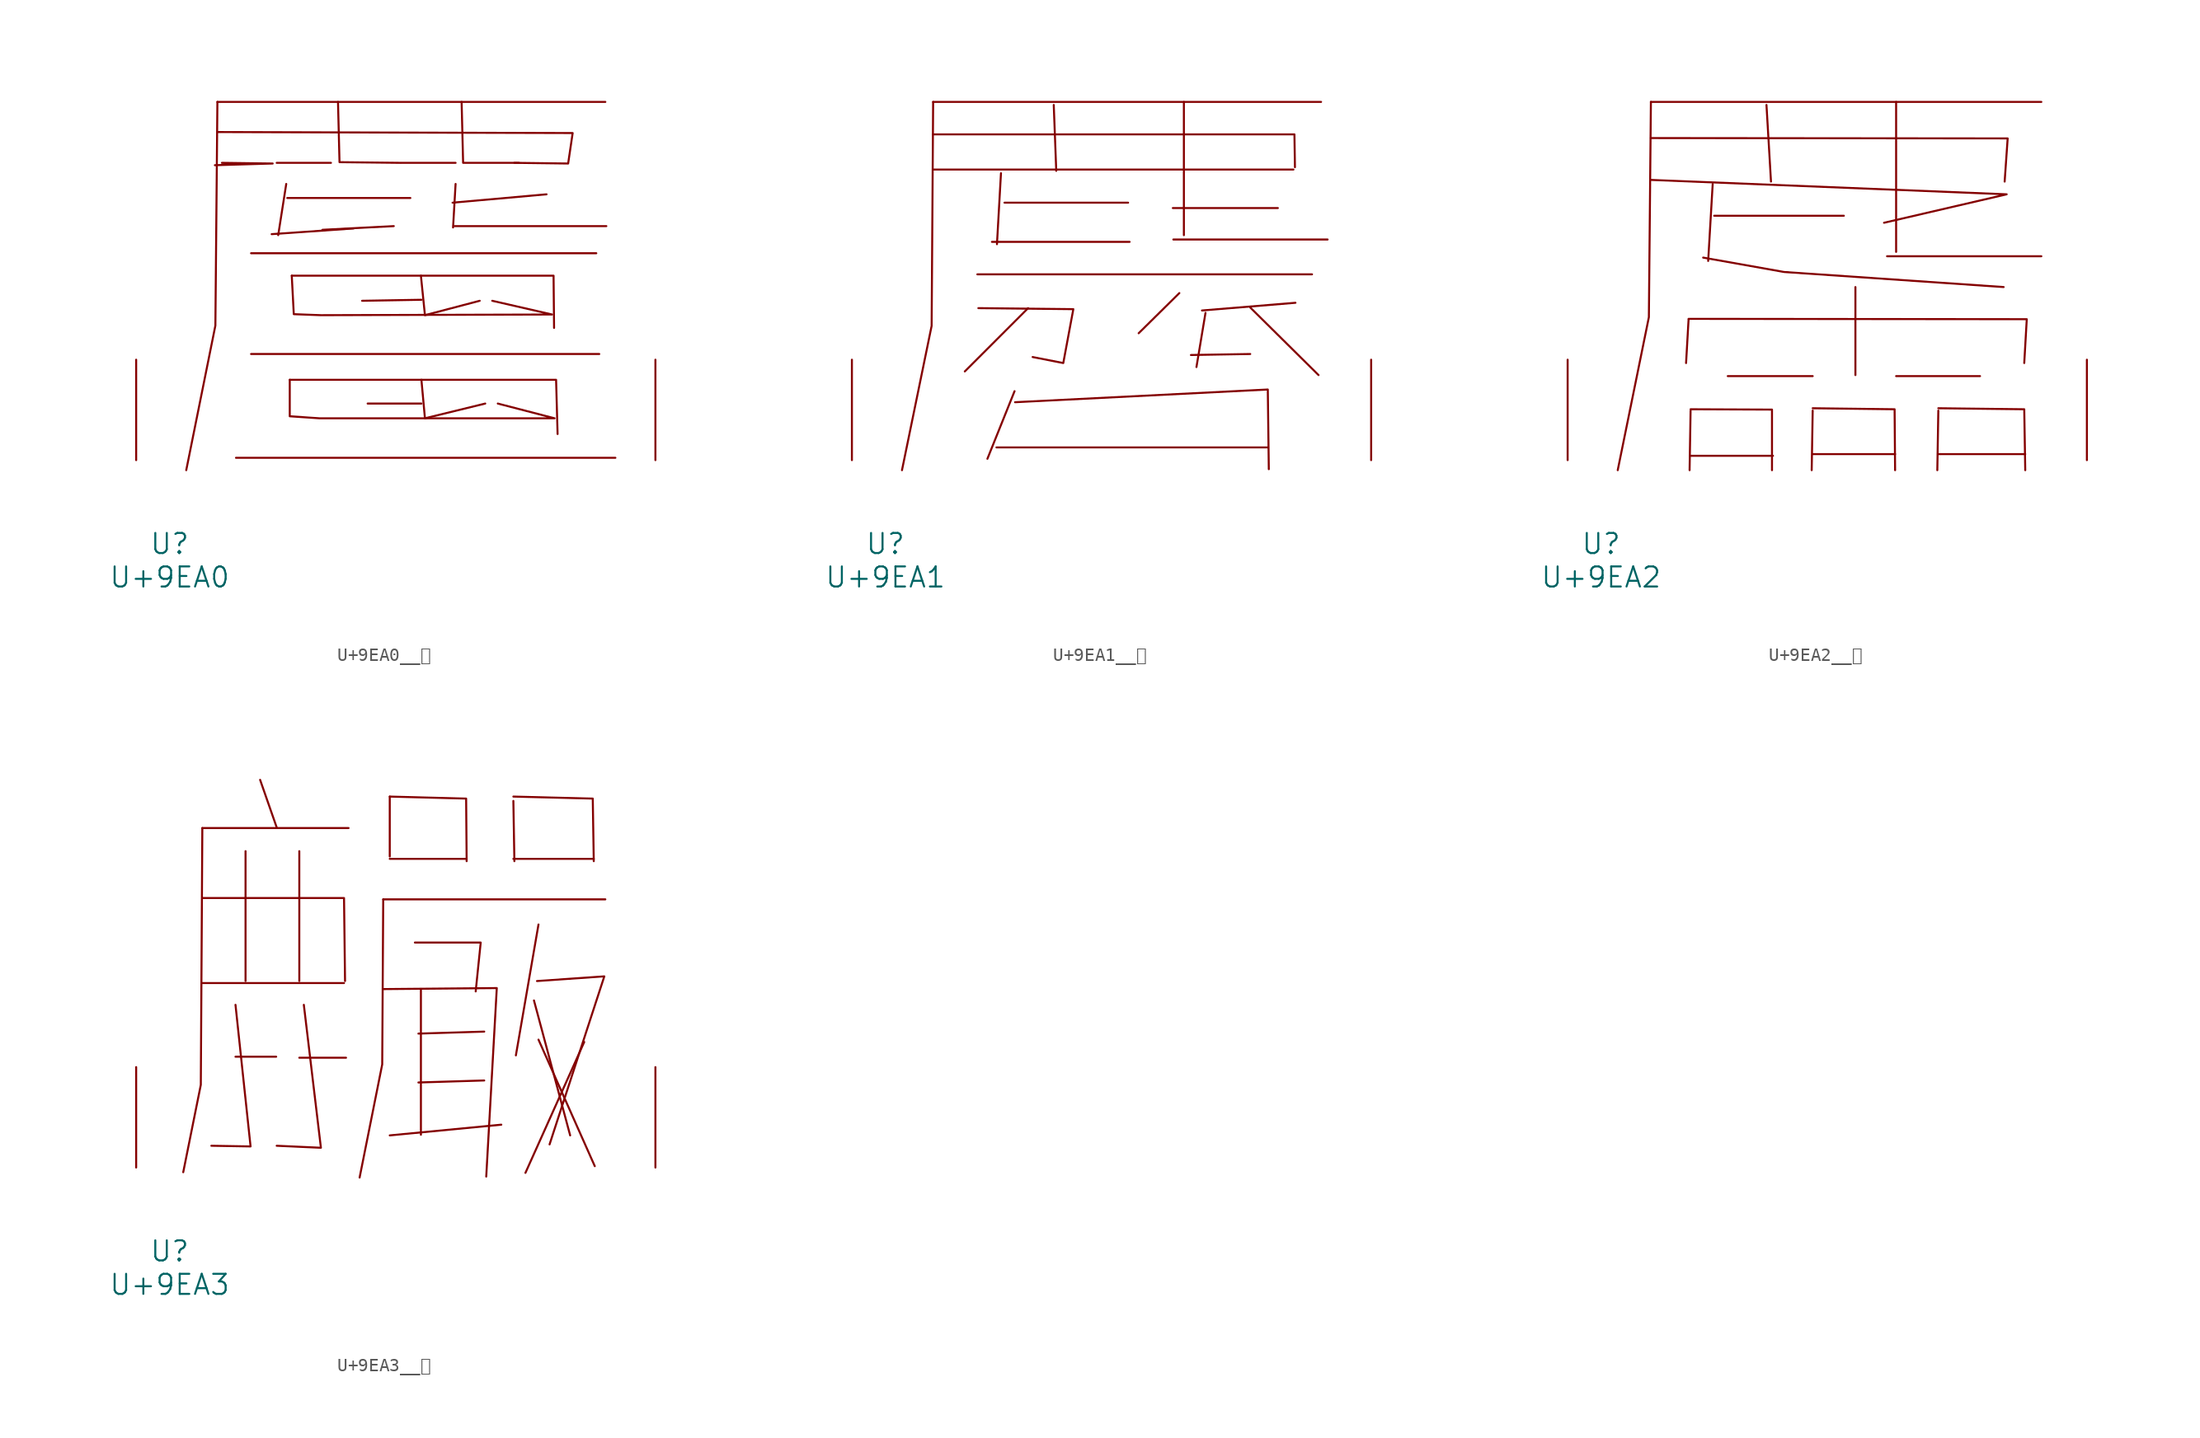
<source format=kicad_sym>
(kicad_symbol_lib
  (version 20231120)
  (generator "kicad_symbol_editor")
  (generator_version "8.0")
  (symbol "U+9EA0__麠"
    (pin_names
      (offset 1.016))
    (property "Reference" "U"
      (at 0 -6.35 0)
      (effects (font (size 1.524 1.524))))
    (property "Value" "U+9EA0"
      (at 0 -8.89 0)
      (effects (font (size 1.524 1.524))))
    (symbol "U+9EA0__麠_0_1"
      (polyline (pts (xy 3.619 27.178) (xy 33.033 27.178)) (stroke (width 0) (type solid)) (fill (type none)))
      (polyline (pts (xy 5.029 0.178) (xy 33.795 0.178)) (stroke (width 0) (type solid)) (fill (type none)))
      (polyline (pts (xy 6.172 8.052) (xy 32.575 8.052)) (stroke (width 0) (type solid)) (fill (type none)))
      (polyline (pts (xy 6.172 15.697) (xy 32.347 15.697)) (stroke (width 0) (type solid)) (fill (type none)))
      (polyline (pts (xy 8.839 20.955) (xy 8.23 17.069)) (stroke (width 0) (type solid)) (fill (type none)))
      (polyline (pts (xy 8.915 19.888) (xy 18.25 19.888)) (stroke (width 0) (type solid)) (fill (type none)))
      (polyline (pts (xy 12.23 22.555) (xy 8.115 22.555)) (stroke (width 0) (type solid)) (fill (type none)))
      (polyline (pts (xy 13.945 17.577) (xy 7.734 17.145)) (stroke (width 0) (type solid)) (fill (type none)))
      (polyline (pts (xy 16.993 17.755) (xy 11.582 17.475)) (stroke (width 0) (type solid)) (fill (type none)))
      (polyline (pts (xy 19.088 4.293) (xy 15.011 4.293)) (stroke (width 0) (type solid)) (fill (type none)))
      (polyline (pts (xy 19.088 12.167) (xy 14.592 12.09)) (stroke (width 0) (type solid)) (fill (type none)))
      (polyline (pts (xy 21.603 17.755) (xy 33.109 17.755)) (stroke (width 0) (type solid)) (fill (type none)))
      (polyline (pts (xy 21.679 20.955) (xy 21.488 17.653)) (stroke (width 0) (type solid)) (fill (type none)))
      (polyline (pts (xy 21.679 22.555) (xy 17.564 22.555)) (stroke (width 0) (type solid)) (fill (type none)))
      (polyline (pts (xy 28.575 20.168) (xy 21.45 19.533)) (stroke (width 0) (type solid)) (fill (type none)))
      (polyline (pts (xy 3.619 27.178) (xy 3.467 10.211) (xy 1.257 -0.762)) (stroke (width 0) (type solid)) (fill (type none)))
      (polyline (pts (xy 3.962 22.555) (xy 7.811 22.504) (xy 3.429 22.377)) (stroke (width 0) (type solid)) (fill (type none)))
      (polyline (pts (xy 9.106 6.096) (xy 29.299 6.096) (xy 29.413 1.981)) (stroke (width 0) (type solid)) (fill (type none)))
      (polyline (pts (xy 9.258 13.995) (xy 29.108 13.995) (xy 29.146 10.033)) (stroke (width 0) (type solid)) (fill (type none)))
      (polyline (pts (xy 12.764 27.178) (xy 12.878 22.606) (xy 17.488 22.555)) (stroke (width 0) (type solid)) (fill (type none)))
      (polyline (pts (xy 19.05 13.995) (xy 19.355 10.998) (xy 23.508 12.09)) (stroke (width 0) (type solid)) (fill (type none)))
      (polyline (pts (xy 19.088 6.096) (xy 19.355 3.175) (xy 23.927 4.293)) (stroke (width 0) (type solid)) (fill (type none)))
      (polyline (pts (xy 22.136 27.178) (xy 22.25 22.555) (xy 26.48 22.555)) (stroke (width 0) (type solid)) (fill (type none)))
      (polyline (pts (xy 3.619 24.892) (xy 30.556 24.816) (xy 30.213 22.504) (xy 26.137 22.555)) (stroke (width 0) (type solid)) (fill (type none)))
      (polyline (pts (xy 9.106 6.096) (xy 9.106 3.327) (xy 11.354 3.175) (xy 29.185 3.175) (xy 24.879 4.293)) (stroke (width 0) (type solid)) (fill (type none)))
      (polyline (pts (xy 9.258 13.995) (xy 9.411 11.074) (xy 11.468 10.998) (xy 28.994 11.049) (xy 24.46 12.09)) (stroke (width 0) (type solid)) (fill (type none)))
      (pin input line (at -2.54 0 90) (length 7.62) (name "~" (effects (font (size 1.27 1.27)))) (number "~" (effects (font (size 1.27 1.27)))))
      (pin input line (at 36.83 0 90) (length 7.62) (name "~" (effects (font (size 1.27 1.27)))) (number "~" (effects (font (size 1.27 1.27)))))))
  (symbol "U+9EA1__麡"
    (pin_names
      (offset 1.016))
    (property "Reference" "U"
      (at 0 -6.35 0)
      (effects (font (size 1.524 1.524))))
    (property "Value" "U+9EA1"
      (at 0 -8.89 0)
      (effects (font (size 1.524 1.524))))
    (symbol "U+9EA1__麡_0_1"
      (polyline (pts (xy 3.619 22.047) (xy 30.937 22.047)) (stroke (width 0) (type solid)) (fill (type none)))
      (polyline (pts (xy 3.619 27.178) (xy 33.033 27.178)) (stroke (width 0) (type solid)) (fill (type none)))
      (polyline (pts (xy 6.972 14.097) (xy 32.347 14.097)) (stroke (width 0) (type solid)) (fill (type none)))
      (polyline (pts (xy 8.077 16.561) (xy 18.517 16.561)) (stroke (width 0) (type solid)) (fill (type none)))
      (polyline (pts (xy 8.42 0.965) (xy 28.994 0.965)) (stroke (width 0) (type solid)) (fill (type none)))
      (polyline (pts (xy 8.763 21.768) (xy 8.458 16.383)) (stroke (width 0) (type solid)) (fill (type none)))
      (polyline (pts (xy 9.03 19.533) (xy 18.402 19.533)) (stroke (width 0) (type solid)) (fill (type none)))
      (polyline (pts (xy 9.792 5.232) (xy 7.734 0.102)) (stroke (width 0) (type solid)) (fill (type none)))
      (polyline (pts (xy 10.82 11.532) (xy 6.02 6.731)) (stroke (width 0) (type solid)) (fill (type none)))
      (polyline (pts (xy 12.764 26.949) (xy 12.954 21.946)) (stroke (width 0) (type solid)) (fill (type none)))
      (polyline (pts (xy 21.793 19.126) (xy 29.756 19.126)) (stroke (width 0) (type solid)) (fill (type none)))
      (polyline (pts (xy 21.831 16.739) (xy 33.528 16.739)) (stroke (width 0) (type solid)) (fill (type none)))
      (polyline (pts (xy 22.288 12.675) (xy 19.202 9.627)) (stroke (width 0) (type solid)) (fill (type none)))
      (polyline (pts (xy 22.631 27.178) (xy 22.631 17.069)) (stroke (width 0) (type solid)) (fill (type none)))
      (polyline (pts (xy 24.27 11.176) (xy 23.584 7.061)) (stroke (width 0) (type solid)) (fill (type none)))
      (polyline (pts (xy 27.661 8.052) (xy 23.165 7.976)) (stroke (width 0) (type solid)) (fill (type none)))
      (polyline (pts (xy 27.661 11.582) (xy 32.842 6.452)) (stroke (width 0) (type solid)) (fill (type none)))
      (polyline (pts (xy 31.09 11.938) (xy 24.003 11.354)) (stroke (width 0) (type solid)) (fill (type none)))
      (polyline (pts (xy 3.619 24.714) (xy 31.013 24.714) (xy 31.052 22.225)) (stroke (width 0) (type solid)) (fill (type none)))
      (polyline (pts (xy 3.619 27.178) (xy 3.505 10.185) (xy 1.257 -0.762)) (stroke (width 0) (type solid)) (fill (type none)))
      (polyline (pts (xy 9.83 4.394) (xy 28.994 5.359) (xy 29.07 -0.686)) (stroke (width 0) (type solid)) (fill (type none)))
      (polyline (pts (xy 7.048 11.532) (xy 14.249 11.455) (xy 13.487 7.366) (xy 11.163 7.823)) (stroke (width 0) (type solid)) (fill (type none)))
      (pin input line (at -2.54 0 90) (length 7.62) (name "~" (effects (font (size 1.27 1.27)))) (number "~" (effects (font (size 1.27 1.27)))))
      (pin input line (at 36.83 0 90) (length 7.62) (name "~" (effects (font (size 1.27 1.27)))) (number "~" (effects (font (size 1.27 1.27)))))))
  (symbol "U+9EA2__麢"
    (pin_names
      (offset 1.016))
    (property "Reference" "U"
      (at 0 -6.35 0)
      (effects (font (size 1.524 1.524))))
    (property "Value" "U+9EA2"
      (at 0 -8.89 0)
      (effects (font (size 1.524 1.524))))
    (symbol "U+9EA2__麢_0_1"
      (polyline (pts (xy 3.772 27.178) (xy 33.376 27.178)) (stroke (width 0) (type solid)) (fill (type none)))
      (polyline (pts (xy 6.629 10.668) (xy 6.439 7.366)) (stroke (width 0) (type solid)) (fill (type none)))
      (polyline (pts (xy 6.782 0.33) (xy 13.03 0.33)) (stroke (width 0) (type solid)) (fill (type none)))
      (polyline (pts (xy 6.782 3.759) (xy 6.706 -0.762)) (stroke (width 0) (type solid)) (fill (type none)))
      (polyline (pts (xy 8.458 20.955) (xy 8.115 15.113)) (stroke (width 0) (type solid)) (fill (type none)))
      (polyline (pts (xy 8.572 18.542) (xy 18.402 18.542)) (stroke (width 0) (type solid)) (fill (type none)))
      (polyline (pts (xy 9.601 6.375) (xy 16.04 6.375)) (stroke (width 0) (type solid)) (fill (type none)))
      (polyline (pts (xy 12.535 26.949) (xy 12.878 21.133)) (stroke (width 0) (type solid)) (fill (type none)))
      (polyline (pts (xy 16.04 0.457) (xy 22.288 0.457)) (stroke (width 0) (type solid)) (fill (type none)))
      (polyline (pts (xy 16.04 3.759) (xy 15.964 -0.762)) (stroke (width 0) (type solid)) (fill (type none)))
      (polyline (pts (xy 19.279 13.132) (xy 19.279 6.452)) (stroke (width 0) (type solid)) (fill (type none)))
      (polyline (pts (xy 21.679 15.469) (xy 33.376 15.469)) (stroke (width 0) (type solid)) (fill (type none)))
      (polyline (pts (xy 22.365 6.375) (xy 28.727 6.375)) (stroke (width 0) (type solid)) (fill (type none)))
      (polyline (pts (xy 22.365 27.178) (xy 22.365 15.799)) (stroke (width 0) (type solid)) (fill (type none)))
      (polyline (pts (xy 25.565 0.457) (xy 32.156 0.457)) (stroke (width 0) (type solid)) (fill (type none)))
      (polyline (pts (xy 25.565 3.759) (xy 25.489 -0.762)) (stroke (width 0) (type solid)) (fill (type none)))
      (polyline (pts (xy 3.772 21.26) (xy 30.747 20.168) (xy 21.45 18.009)) (stroke (width 0) (type solid)) (fill (type none)))
      (polyline (pts (xy 3.772 24.435) (xy 30.823 24.409) (xy 30.594 21.133)) (stroke (width 0) (type solid)) (fill (type none)))
      (polyline (pts (xy 3.772 27.178) (xy 3.619 10.846) (xy 1.257 -0.762)) (stroke (width 0) (type solid)) (fill (type none)))
      (polyline (pts (xy 6.629 10.719) (xy 32.271 10.693) (xy 32.08 7.366)) (stroke (width 0) (type solid)) (fill (type none)))
      (polyline (pts (xy 6.782 3.861) (xy 12.954 3.835) (xy 12.954 -0.762)) (stroke (width 0) (type solid)) (fill (type none)))
      (polyline (pts (xy 7.734 15.367) (xy 13.868 14.275) (xy 30.518 13.132)) (stroke (width 0) (type solid)) (fill (type none)))
      (polyline (pts (xy 16.04 3.937) (xy 22.25 3.861) (xy 22.288 -0.762)) (stroke (width 0) (type solid)) (fill (type none)))
      (polyline (pts (xy 25.565 3.937) (xy 32.08 3.861) (xy 32.156 -0.762)) (stroke (width 0) (type solid)) (fill (type none)))
      (pin input line (at -2.54 0 90) (length 7.62) (name "~" (effects (font (size 1.27 1.27)))) (number "~" (effects (font (size 1.27 1.27)))))
      (pin input line (at 36.83 0 90) (length 7.62) (name "~" (effects (font (size 1.27 1.27)))) (number "~" (effects (font (size 1.27 1.27)))))))
  (symbol "U+9EA3__麣"
    (pin_names
      (offset 1.016))
    (property "Reference" "U"
      (at 0 -6.35 0)
      (effects (font (size 1.524 1.524))))
    (property "Value" "U+9EA3"
      (at 0 -8.89 0)
      (effects (font (size 1.524 1.524))))
    (symbol "U+9EA3__麣_0_1"
      (polyline (pts (xy 2.477 13.995) (xy 13.221 13.995)) (stroke (width 0) (type solid)) (fill (type none)))
      (polyline (pts (xy 2.477 25.756) (xy 13.564 25.756)) (stroke (width 0) (type solid)) (fill (type none)))
      (polyline (pts (xy 4.991 8.407) (xy 8.077 8.407)) (stroke (width 0) (type solid)) (fill (type none)))
      (polyline (pts (xy 5.753 24.003) (xy 5.753 14.148)) (stroke (width 0) (type solid)) (fill (type none)))
      (polyline (pts (xy 6.858 29.413) (xy 8.115 25.806)) (stroke (width 0) (type solid)) (fill (type none)))
      (polyline (pts (xy 9.83 24.003) (xy 9.83 14.148)) (stroke (width 0) (type solid)) (fill (type none)))
      (polyline (pts (xy 16.192 20.345) (xy 33.033 20.345)) (stroke (width 0) (type solid)) (fill (type none)))
      (polyline (pts (xy 16.688 23.419) (xy 22.517 23.419)) (stroke (width 0) (type solid)) (fill (type none)))
      (polyline (pts (xy 16.688 28.143) (xy 16.688 23.597)) (stroke (width 0) (type solid)) (fill (type none)))
      (polyline (pts (xy 19.05 13.538) (xy 19.05 2.489)) (stroke (width 0) (type solid)) (fill (type none)))
      (polyline (pts (xy 23.851 6.604) (xy 18.86 6.452)) (stroke (width 0) (type solid)) (fill (type none)))
      (polyline (pts (xy 23.851 10.312) (xy 18.86 10.16)) (stroke (width 0) (type solid)) (fill (type none)))
      (polyline (pts (xy 25.146 3.251) (xy 16.688 2.438)) (stroke (width 0) (type solid)) (fill (type none)))
      (polyline (pts (xy 26.06 23.419) (xy 32.156 23.419)) (stroke (width 0) (type solid)) (fill (type none)))
      (polyline (pts (xy 26.06 27.813) (xy 26.137 23.241)) (stroke (width 0) (type solid)) (fill (type none)))
      (polyline (pts (xy 27.622 12.675) (xy 30.366 2.438)) (stroke (width 0) (type solid)) (fill (type none)))
      (polyline (pts (xy 27.965 9.703) (xy 32.233 0.102)) (stroke (width 0) (type solid)) (fill (type none)))
      (polyline (pts (xy 27.965 18.44) (xy 26.251 8.509)) (stroke (width 0) (type solid)) (fill (type none)))
      (polyline (pts (xy 31.433 9.525) (xy 26.975 -0.406)) (stroke (width 0) (type solid)) (fill (type none)))
      (polyline (pts (xy 2.477 20.447) (xy 13.221 20.447) (xy 13.297 14.148)) (stroke (width 0) (type solid)) (fill (type none)))
      (polyline (pts (xy 2.477 25.756) (xy 2.362 6.274) (xy 1.029 -0.356)) (stroke (width 0) (type solid)) (fill (type none)))
      (polyline (pts (xy 4.991 12.344) (xy 6.134 1.6) (xy 3.162 1.651)) (stroke (width 0) (type solid)) (fill (type none)))
      (polyline (pts (xy 10.173 12.344) (xy 11.468 1.499) (xy 8.115 1.651)) (stroke (width 0) (type solid)) (fill (type none)))
      (polyline (pts (xy 10.363 8.331) (xy 13.373 8.331) (xy 9.83 8.331)) (stroke (width 0) (type solid)) (fill (type none)))
      (polyline (pts (xy 16.192 13.538) (xy 24.803 13.614) (xy 24.003 -0.686)) (stroke (width 0) (type solid)) (fill (type none)))
      (polyline (pts (xy 16.192 20.345) (xy 16.116 7.823) (xy 14.402 -0.762)) (stroke (width 0) (type solid)) (fill (type none)))
      (polyline (pts (xy 16.688 28.143) (xy 22.479 27.991) (xy 22.517 23.241)) (stroke (width 0) (type solid)) (fill (type none)))
      (polyline (pts (xy 18.593 17.069) (xy 23.584 17.069) (xy 23.203 13.36)) (stroke (width 0) (type solid)) (fill (type none)))
      (polyline (pts (xy 26.06 28.143) (xy 32.08 27.991) (xy 32.156 23.241)) (stroke (width 0) (type solid)) (fill (type none)))
      (polyline (pts (xy 27.851 14.148) (xy 32.956 14.503) (xy 28.804 1.753)) (stroke (width 0) (type solid)) (fill (type none)))
      (pin input line (at -2.54 0 90) (length 7.62) (name "~" (effects (font (size 1.27 1.27)))) (number "~" (effects (font (size 1.27 1.27)))))
      (pin input line (at 36.83 0 90) (length 7.62) (name "~" (effects (font (size 1.27 1.27)))) (number "~" (effects (font (size 1.27 1.27))))))))
</source>
